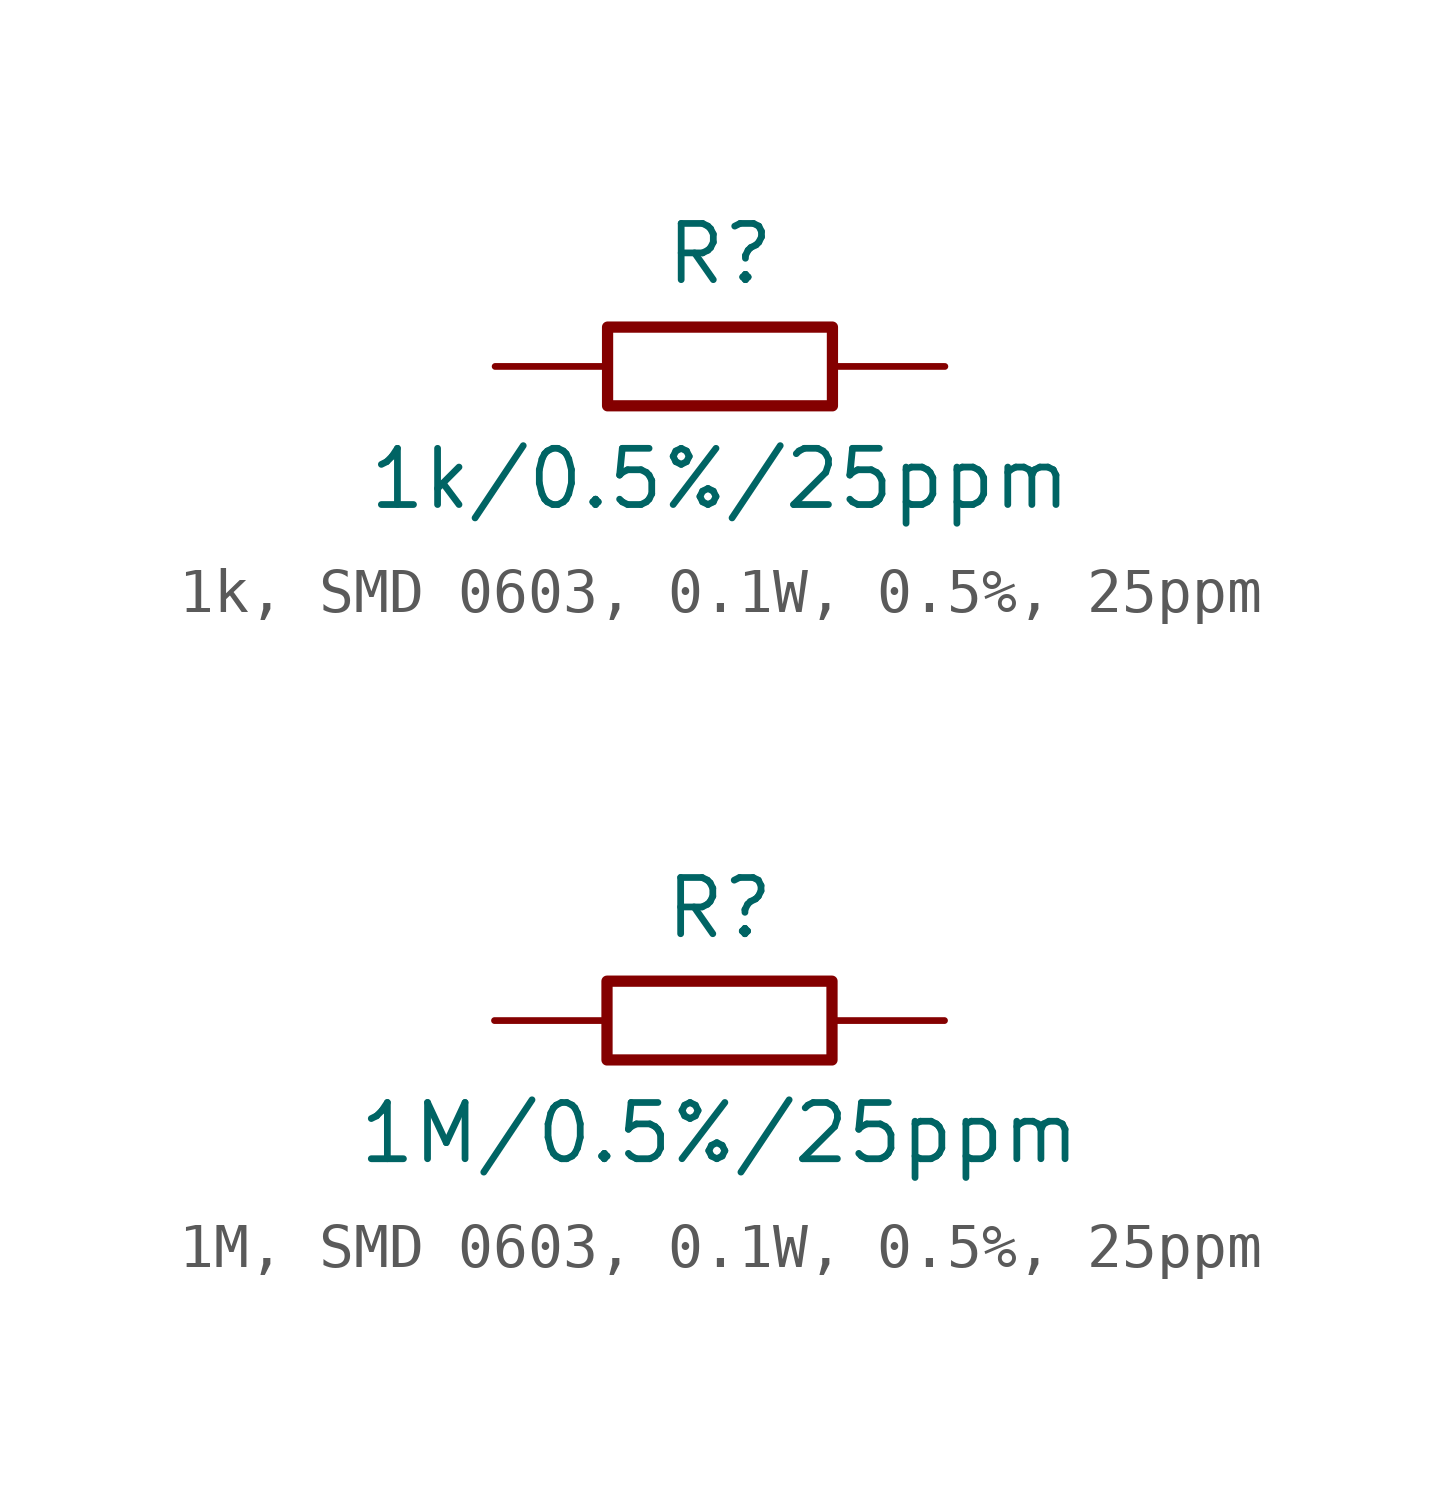
<source format=kicad_sym>
(kicad_symbol_lib
  (version 20241209)
  (generator "kicad_symbol_editor")
  (generator_version "9.0")
  (symbol "1k, SMD 0603, 0.1W, 0.5%, 25ppm"
    (pin_numbers
      (hide yes))
    (pin_names
      (offset 0)
      (hide yes))
    (property "Reference" "R"
      (at 0 2.54 0)
      (effects (font (size 1.27 1.27))))
    (property "Value" "1k/0.5%/25ppm"
      (at 0 -2.54 0)
      (effects (font (size 1.27 1.27))))
    (symbol "1k, SMD 0603, 0.1W, 0.5%, 25ppm_0_1"
      (rectangle (start -2.54 0.889) (end 2.54 -0.889) (stroke (width 0.254) (type default)) (fill (type none))))
    (symbol "1k, SMD 0603, 0.1W, 0.5%, 25ppm_1_1"
      (pin passive line (at -5.08 0 0) (length 2.54) (name "1" (effects (font (size 1.27 1.27)))) (number "1" (effects (font (size 1.27 1.27)))))
      (pin passive line (at 5.08 0 180) (length 2.54) (name "2" (effects (font (size 1.27 1.27)))) (number "2" (effects (font (size 1.27 1.27)))))))
  (symbol "1M, SMD 0603, 0.1W, 0.5%, 25ppm"
    (pin_numbers
      (hide yes))
    (pin_names
      (offset 0)
      (hide yes))
    (property "Reference" "R"
      (at 0 2.54 0)
      (effects (font (size 1.27 1.27))))
    (property "Value" "1M/0.5%/25ppm"
      (at 0 -2.54 0)
      (effects (font (size 1.27 1.27))))
    (symbol "1M, SMD 0603, 0.1W, 0.5%, 25ppm_0_1"
      (rectangle (start -2.54 0.889) (end 2.54 -0.889) (stroke (width 0.254) (type default)) (fill (type none))))
    (symbol "1M, SMD 0603, 0.1W, 0.5%, 25ppm_1_1"
      (pin passive line (at -5.08 0 0) (length 2.54) (name "1" (effects (font (size 1.27 1.27)))) (number "1" (effects (font (size 1.27 1.27)))))
      (pin passive line (at 5.08 0 180) (length 2.54) (name "2" (effects (font (size 1.27 1.27)))) (number "2" (effects (font (size 1.27 1.27))))))))
</source>
